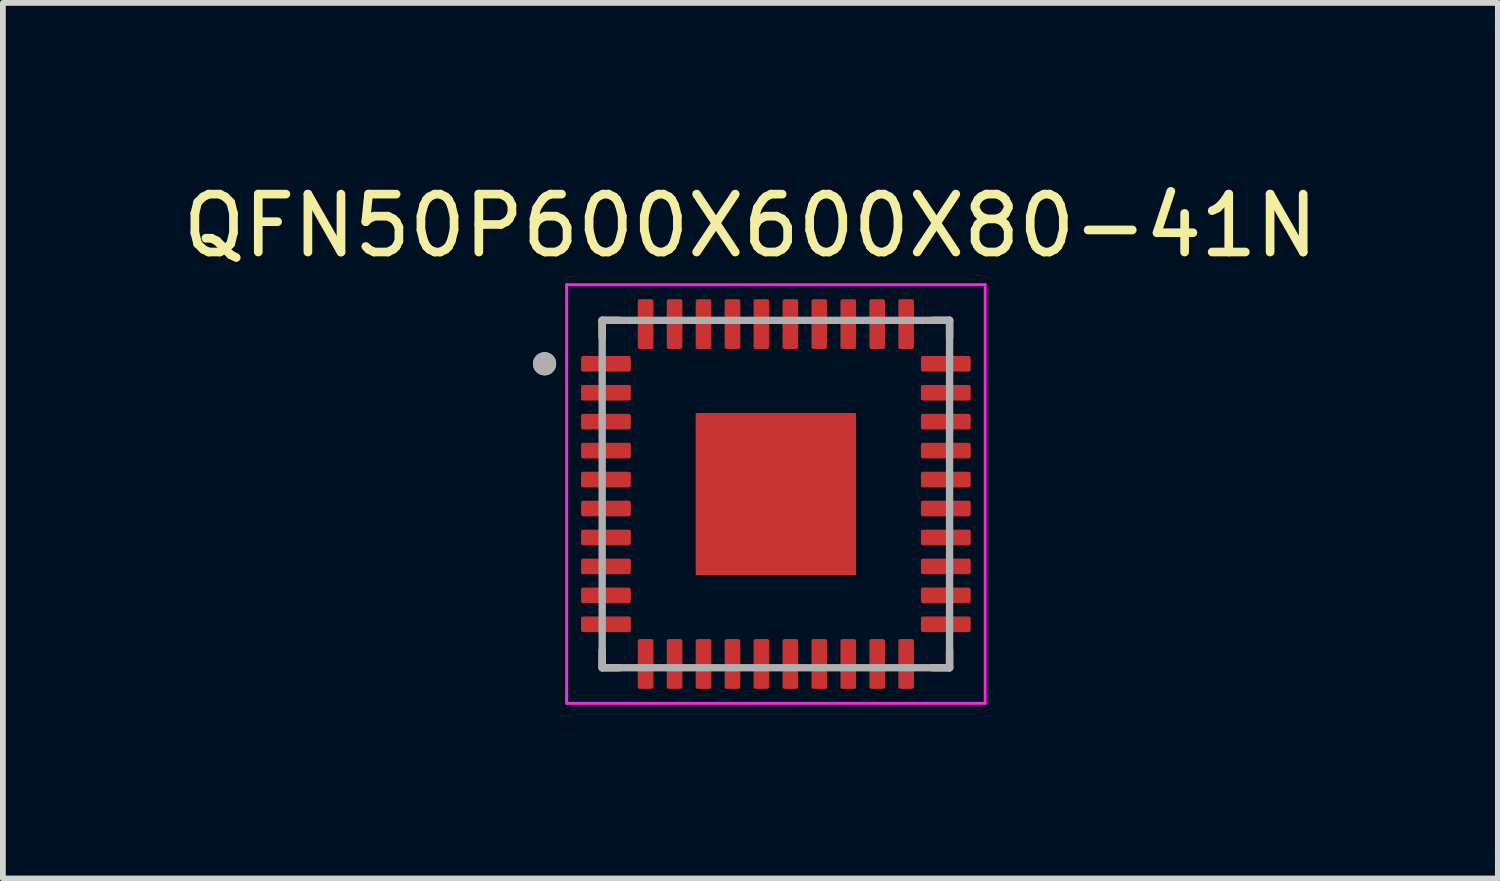
<source format=kicad_pcb>
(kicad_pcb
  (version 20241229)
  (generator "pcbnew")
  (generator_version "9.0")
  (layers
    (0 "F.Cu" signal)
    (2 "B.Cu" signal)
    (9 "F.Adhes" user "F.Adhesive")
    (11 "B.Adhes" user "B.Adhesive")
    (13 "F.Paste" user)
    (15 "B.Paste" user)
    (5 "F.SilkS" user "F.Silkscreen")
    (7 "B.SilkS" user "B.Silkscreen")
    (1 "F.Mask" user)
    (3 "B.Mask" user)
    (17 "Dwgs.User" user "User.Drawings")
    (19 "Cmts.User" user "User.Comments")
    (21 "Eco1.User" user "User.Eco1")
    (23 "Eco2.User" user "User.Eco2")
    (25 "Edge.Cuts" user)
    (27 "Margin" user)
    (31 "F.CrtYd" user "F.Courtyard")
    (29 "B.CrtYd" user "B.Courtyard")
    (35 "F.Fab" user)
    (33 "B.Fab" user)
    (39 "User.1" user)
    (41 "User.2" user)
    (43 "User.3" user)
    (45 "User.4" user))
  (footprint "QFN50P600X600X80-41N"
    (layer "F.Cu")
    (at 10.351 5.483)
    (property "Reference" "QFN50P600X600X80-41N" (at -0.44 -4.635 0) (layer "F.SilkS") (effects (font (size 1 1) (thickness 0.15))))
    (attr smd)
    (fp_line (start -3 -3) (end -3 -2.705) (stroke (width 0.127) (type solid)) (layer "F.SilkS"))
    (fp_line (start -3 -3) (end -2.705 -3) (stroke (width 0.127) (type solid)) (layer "F.SilkS"))
    (fp_line (start -3 3) (end -3 2.705) (stroke (width 0.127) (type solid)) (layer "F.SilkS"))
    (fp_line (start -3 3) (end -2.705 3) (stroke (width 0.127) (type solid)) (layer "F.SilkS"))
    (fp_line (start 3 -3) (end 2.705 -3) (stroke (width 0.127) (type solid)) (layer "F.SilkS"))
    (fp_line (start 3 -3) (end 3 -2.705) (stroke (width 0.127) (type solid)) (layer "F.SilkS"))
    (fp_line (start 3 3) (end 2.705 3) (stroke (width 0.127) (type solid)) (layer "F.SilkS"))
    (fp_line (start 3 3) (end 3 2.705) (stroke (width 0.127) (type solid)) (layer "F.SilkS"))
    (fp_circle (center -3.995 -2.25) (end -3.895 -2.25) (stroke (width 0.2) (type solid)) (fill no) (layer "F.SilkS"))
    (fp_poly (pts (xy -0.875 -0.885) (xy 0.875 -0.885) (xy 0.875 0.885) (xy -0.875 0.885)) (stroke (width 0.01) (type solid)) (fill yes) (layer "F.Paste"))
    (fp_line (start -3.615 -3.615) (end 3.615 -3.615) (stroke (width 0.05) (type solid)) (layer "F.CrtYd"))
    (fp_line (start -3.615 3.615) (end -3.615 -3.615) (stroke (width 0.05) (type solid)) (layer "F.CrtYd"))
    (fp_line (start -3.615 3.615) (end 3.615 3.615) (stroke (width 0.05) (type solid)) (layer "F.CrtYd"))
    (fp_line (start 3.615 3.615) (end 3.615 -3.615) (stroke (width 0.05) (type solid)) (layer "F.CrtYd"))
    (fp_line (start -3 3) (end -3 -3) (stroke (width 0.127) (type solid)) (layer "F.Fab"))
    (fp_line (start 3 -3) (end -3 -3) (stroke (width 0.127) (type solid)) (layer "F.Fab"))
    (fp_line (start 3 3) (end -3 3) (stroke (width 0.127) (type solid)) (layer "F.Fab"))
    (fp_line (start 3 3) (end 3 -3) (stroke (width 0.127) (type solid)) (layer "F.Fab"))
    (fp_circle (center -3.995 -2.25) (end -3.895 -2.25) (stroke (width 0.2) (type solid)) (fill no) (layer "F.Fab"))
    (pad "1" smd roundrect (at -2.935 -2.25) (size 0.86 0.27) (layers "F.Cu" "F.Mask" "F.Paste") (roundrect_rratio 0.125))
    (pad "2" smd roundrect (at -2.935 -1.75) (size 0.86 0.27) (layers "F.Cu" "F.Mask" "F.Paste") (roundrect_rratio 0.125))
    (pad "3" smd roundrect (at -2.935 -1.25) (size 0.86 0.27) (layers "F.Cu" "F.Mask" "F.Paste") (roundrect_rratio 0.125))
    (pad "4" smd roundrect (at -2.935 -0.75) (size 0.86 0.27) (layers "F.Cu" "F.Mask" "F.Paste") (roundrect_rratio 0.125))
    (pad "5" smd roundrect (at -2.935 -0.25) (size 0.86 0.27) (layers "F.Cu" "F.Mask" "F.Paste") (roundrect_rratio 0.125))
    (pad "6" smd roundrect (at -2.935 0.25) (size 0.86 0.27) (layers "F.Cu" "F.Mask" "F.Paste") (roundrect_rratio 0.125))
    (pad "7" smd roundrect (at -2.935 0.75) (size 0.86 0.27) (layers "F.Cu" "F.Mask" "F.Paste") (roundrect_rratio 0.125))
    (pad "8" smd roundrect (at -2.935 1.25) (size 0.86 0.27) (layers "F.Cu" "F.Mask" "F.Paste") (roundrect_rratio 0.125))
    (pad "9" smd roundrect (at -2.935 1.75) (size 0.86 0.27) (layers "F.Cu" "F.Mask" "F.Paste") (roundrect_rratio 0.125))
    (pad "10" smd roundrect (at -2.935 2.25) (size 0.86 0.27) (layers "F.Cu" "F.Mask" "F.Paste") (roundrect_rratio 0.125))
    (pad "11" smd roundrect (at -2.25 2.935) (size 0.27 0.86) (layers "F.Cu" "F.Mask" "F.Paste") (roundrect_rratio 0.125))
    (pad "12" smd roundrect (at -1.75 2.935) (size 0.27 0.86) (layers "F.Cu" "F.Mask" "F.Paste") (roundrect_rratio 0.125))
    (pad "13" smd roundrect (at -1.25 2.935) (size 0.27 0.86) (layers "F.Cu" "F.Mask" "F.Paste") (roundrect_rratio 0.125))
    (pad "14" smd roundrect (at -0.75 2.935) (size 0.27 0.86) (layers "F.Cu" "F.Mask" "F.Paste") (roundrect_rratio 0.125))
    (pad "15" smd roundrect (at -0.25 2.935) (size 0.27 0.86) (layers "F.Cu" "F.Mask" "F.Paste") (roundrect_rratio 0.125))
    (pad "16" smd roundrect (at 0.25 2.935) (size 0.27 0.86) (layers "F.Cu" "F.Mask" "F.Paste") (roundrect_rratio 0.125))
    (pad "17" smd roundrect (at 0.75 2.935) (size 0.27 0.86) (layers "F.Cu" "F.Mask" "F.Paste") (roundrect_rratio 0.125))
    (pad "18" smd roundrect (at 1.25 2.935) (size 0.27 0.86) (layers "F.Cu" "F.Mask" "F.Paste") (roundrect_rratio 0.125))
    (pad "19" smd roundrect (at 1.75 2.935) (size 0.27 0.86) (layers "F.Cu" "F.Mask" "F.Paste") (roundrect_rratio 0.125))
    (pad "20" smd roundrect (at 2.25 2.935) (size 0.27 0.86) (layers "F.Cu" "F.Mask" "F.Paste") (roundrect_rratio 0.125))
    (pad "21" smd roundrect (at 2.935 2.25) (size 0.86 0.27) (layers "F.Cu" "F.Mask" "F.Paste") (roundrect_rratio 0.125))
    (pad "22" smd roundrect (at 2.935 1.75) (size 0.86 0.27) (layers "F.Cu" "F.Mask" "F.Paste") (roundrect_rratio 0.125))
    (pad "23" smd roundrect (at 2.935 1.25) (size 0.86 0.27) (layers "F.Cu" "F.Mask" "F.Paste") (roundrect_rratio 0.125))
    (pad "24" smd roundrect (at 2.935 0.75) (size 0.86 0.27) (layers "F.Cu" "F.Mask" "F.Paste") (roundrect_rratio 0.125))
    (pad "25" smd roundrect (at 2.935 0.25) (size 0.86 0.27) (layers "F.Cu" "F.Mask" "F.Paste") (roundrect_rratio 0.125))
    (pad "26" smd roundrect (at 2.935 -0.25) (size 0.86 0.27) (layers "F.Cu" "F.Mask" "F.Paste") (roundrect_rratio 0.125))
    (pad "27" smd roundrect (at 2.935 -0.75) (size 0.86 0.27) (layers "F.Cu" "F.Mask" "F.Paste") (roundrect_rratio 0.125))
    (pad "28" smd roundrect (at 2.935 -1.25) (size 0.86 0.27) (layers "F.Cu" "F.Mask" "F.Paste") (roundrect_rratio 0.125))
    (pad "29" smd roundrect (at 2.935 -1.75) (size 0.86 0.27) (layers "F.Cu" "F.Mask" "F.Paste") (roundrect_rratio 0.125))
    (pad "30" smd roundrect (at 2.935 -2.25) (size 0.86 0.27) (layers "F.Cu" "F.Mask" "F.Paste") (roundrect_rratio 0.125))
    (pad "31" smd roundrect (at 2.25 -2.935) (size 0.27 0.86) (layers "F.Cu" "F.Mask" "F.Paste") (roundrect_rratio 0.125))
    (pad "32" smd roundrect (at 1.75 -2.935) (size 0.27 0.86) (layers "F.Cu" "F.Mask" "F.Paste") (roundrect_rratio 0.125))
    (pad "33" smd roundrect (at 1.25 -2.935) (size 0.27 0.86) (layers "F.Cu" "F.Mask" "F.Paste") (roundrect_rratio 0.125))
    (pad "34" smd roundrect (at 0.75 -2.935) (size 0.27 0.86) (layers "F.Cu" "F.Mask" "F.Paste") (roundrect_rratio 0.125))
    (pad "35" smd roundrect (at 0.25 -2.935) (size 0.27 0.86) (layers "F.Cu" "F.Mask" "F.Paste") (roundrect_rratio 0.125))
    (pad "36" smd roundrect (at -0.25 -2.935) (size 0.27 0.86) (layers "F.Cu" "F.Mask" "F.Paste") (roundrect_rratio 0.125))
    (pad "37" smd roundrect (at -0.75 -2.935) (size 0.27 0.86) (layers "F.Cu" "F.Mask" "F.Paste") (roundrect_rratio 0.125))
    (pad "38" smd roundrect (at -1.25 -2.935) (size 0.27 0.86) (layers "F.Cu" "F.Mask" "F.Paste") (roundrect_rratio 0.125))
    (pad "39" smd roundrect (at -1.75 -2.935) (size 0.27 0.86) (layers "F.Cu" "F.Mask" "F.Paste") (roundrect_rratio 0.125))
    (pad "40" smd roundrect (at -2.25 -2.935) (size 0.27 0.86) (layers "F.Cu" "F.Mask" "F.Paste") (roundrect_rratio 0.125))
    (pad "41" smd rect (at 0 0) (size 2.77 2.8) (layers "F.Cu" "F.Mask"))
    (zone (net_name "") (layer "F.Cu") (hatch full 0.508) (connect_pads) (min_thickness 0.01) (filled_areas_thickness no) (keepout (tracks not_allowed) (vias not_allowed) (pads not_allowed) (copperpour not_allowed) (footprints allowed)) (placement (enabled no)) (fill) (polygon (pts (xy 8.966 3.568) (xy 11.736 3.568) (xy 11.736 3.708) (xy 8.966 3.708))))
    (zone (net_name "") (layer "F.Cu") (hatch full 0.508) (connect_pads) (min_thickness 0.01) (filled_areas_thickness no) (keepout (tracks not_allowed) (vias not_allowed) (pads not_allowed) (copperpour not_allowed) (footprints allowed)) (placement (enabled no)) (fill) (polygon (pts (xy 8.966 7.258) (xy 11.736 7.258) (xy 11.736 7.398) (xy 8.966 7.398))))
    (zone (net_name "") (layers "F.Cu" "B.Cu") (hatch full 0.508) (connect_pads) (min_thickness 0.01) (filled_areas_thickness no) (keepout (tracks allowed) (vias not_allowed) (pads allowed) (copperpour allowed) (footprints allowed)) (placement (enabled no)) (fill) (polygon (pts (xy 8.966 3.568) (xy 11.736 3.568) (xy 11.736 3.708) (xy 8.966 3.708))))
    (zone (net_name "") (layers "F.Cu" "B.Cu") (hatch full 0.508) (connect_pads) (min_thickness 0.01) (filled_areas_thickness no) (keepout (tracks allowed) (vias not_allowed) (pads allowed) (copperpour allowed) (footprints allowed)) (placement (enabled no)) (fill) (polygon (pts (xy 8.966 7.258) (xy 11.736 7.258) (xy 11.736 7.398) (xy 8.966 7.398)))))
  (gr_rect
    (start -3 -3)
    (end 22.821 12.123)
    (stroke (width 0.1) (type default))
    (fill no)
    (layer "Edge.Cuts")))
</source>
